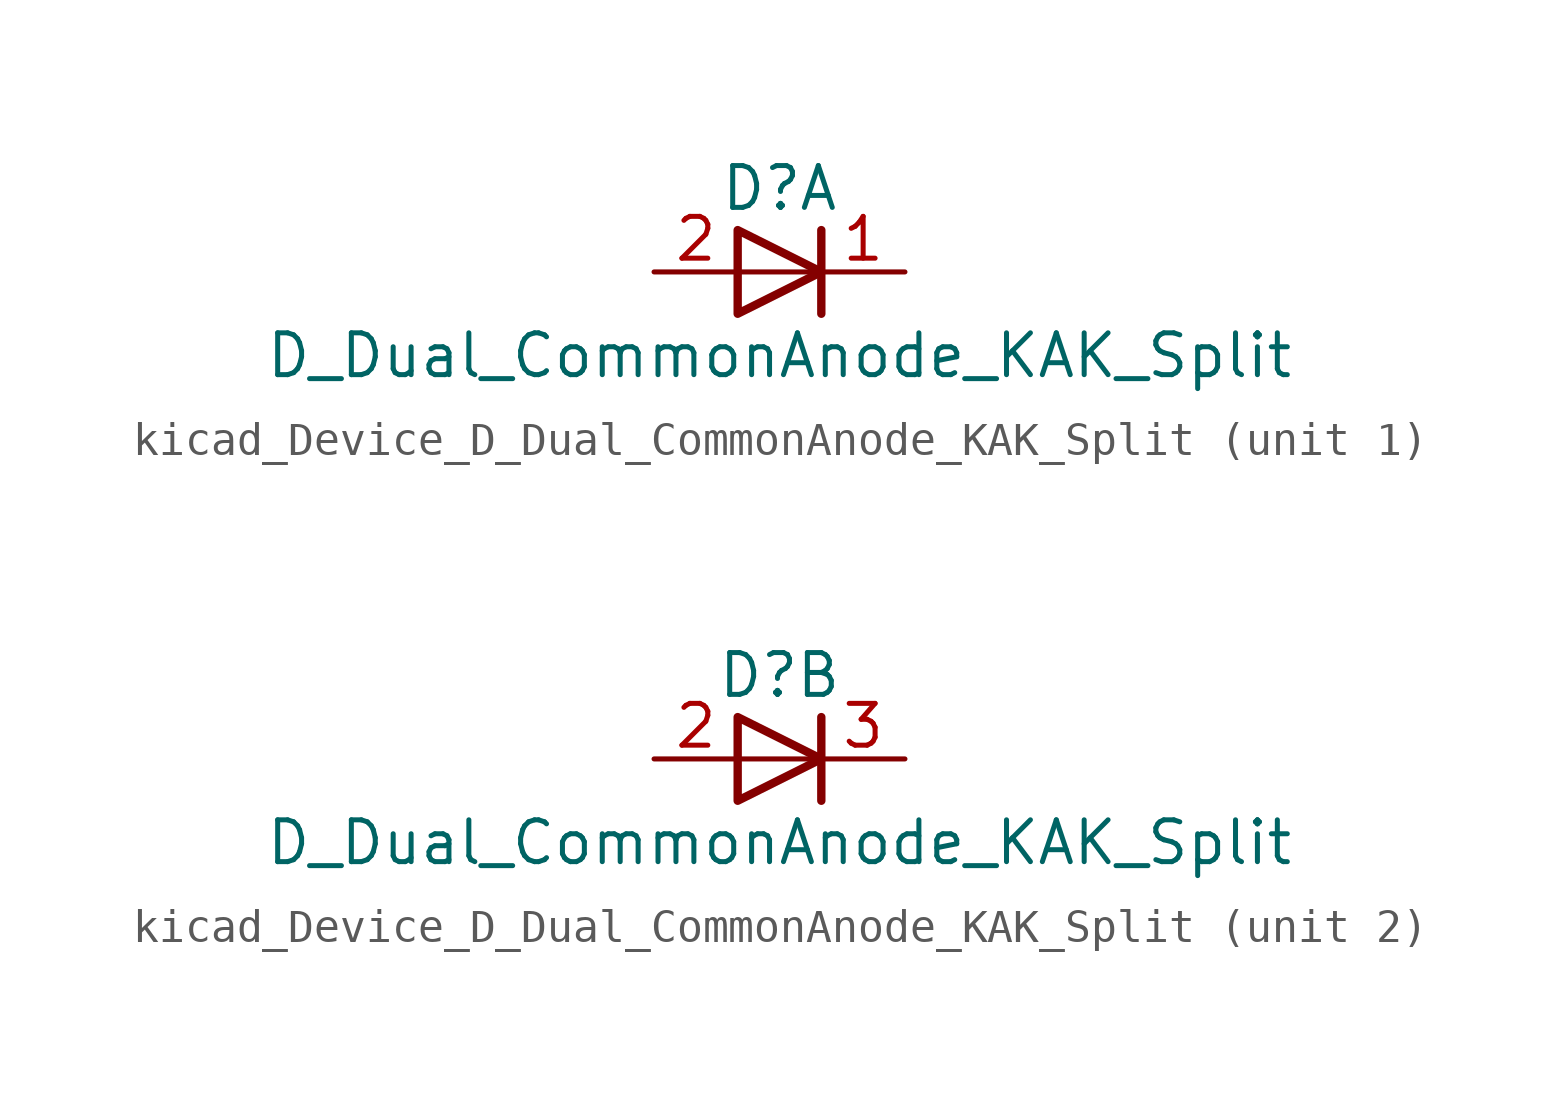
<source format=kicad_sym>
(kicad_symbol_lib
  (version 20220914)
  (generator kicad_symbol_editor)
  (symbol "kicad_Device_D_Dual_CommonAnode_KAK_Split"
    (pin_names
      (offset 0.762) hide)
    (property "Reference" "D"
      (at 0 2.54 0)
      (effects (font (size 1.27 1.27))))
    (property "Value" "D_Dual_CommonAnode_KAK_Split"
      (at 0 -2.54 0)
      (effects (font (size 1.27 1.27))))
    (property "ki_locked" ""
      (at 0 0 0)
      (effects (font (size 1.27 1.27))))
    (symbol "kicad_Device_D_Dual_CommonAnode_KAK_Split_0_0"
      (polyline (pts (xy 1.27 0) (xy -1.27 0)) (stroke (width 0) (type default)) (fill (type none)))
      (polyline (pts (xy 1.27 1.27) (xy 1.27 -1.27)) (stroke (width 0.254) (type default)) (fill (type none))))
    (symbol "kicad_Device_D_Dual_CommonAnode_KAK_Split_0_1"
      (polyline (pts (xy -1.27 1.27) (xy 1.27 0) (xy -1.27 -1.27) (xy -1.27 1.27) (xy -1.27 1.27) (xy -1.27 1.27)) (stroke (width 0.254) (type default)) (fill (type none)))
      (pin passive line (at -3.81 0 0) (length 2.54) (name "A" (effects (font (size 1.27 1.27)))) (number "2" (effects (font (size 1.27 1.27))))))
    (symbol "kicad_Device_D_Dual_CommonAnode_KAK_Split_1_1"
      (pin passive line (at 3.81 0 180) (length 2.54) (name "K" (effects (font (size 1.27 1.27)))) (number "1" (effects (font (size 1.27 1.27))))))
    (symbol "kicad_Device_D_Dual_CommonAnode_KAK_Split_2_1"
      (pin passive line (at 3.81 0 180) (length 2.54) (name "K" (effects (font (size 1.27 1.27)))) (number "3" (effects (font (size 1.27 1.27))))))))
</source>
